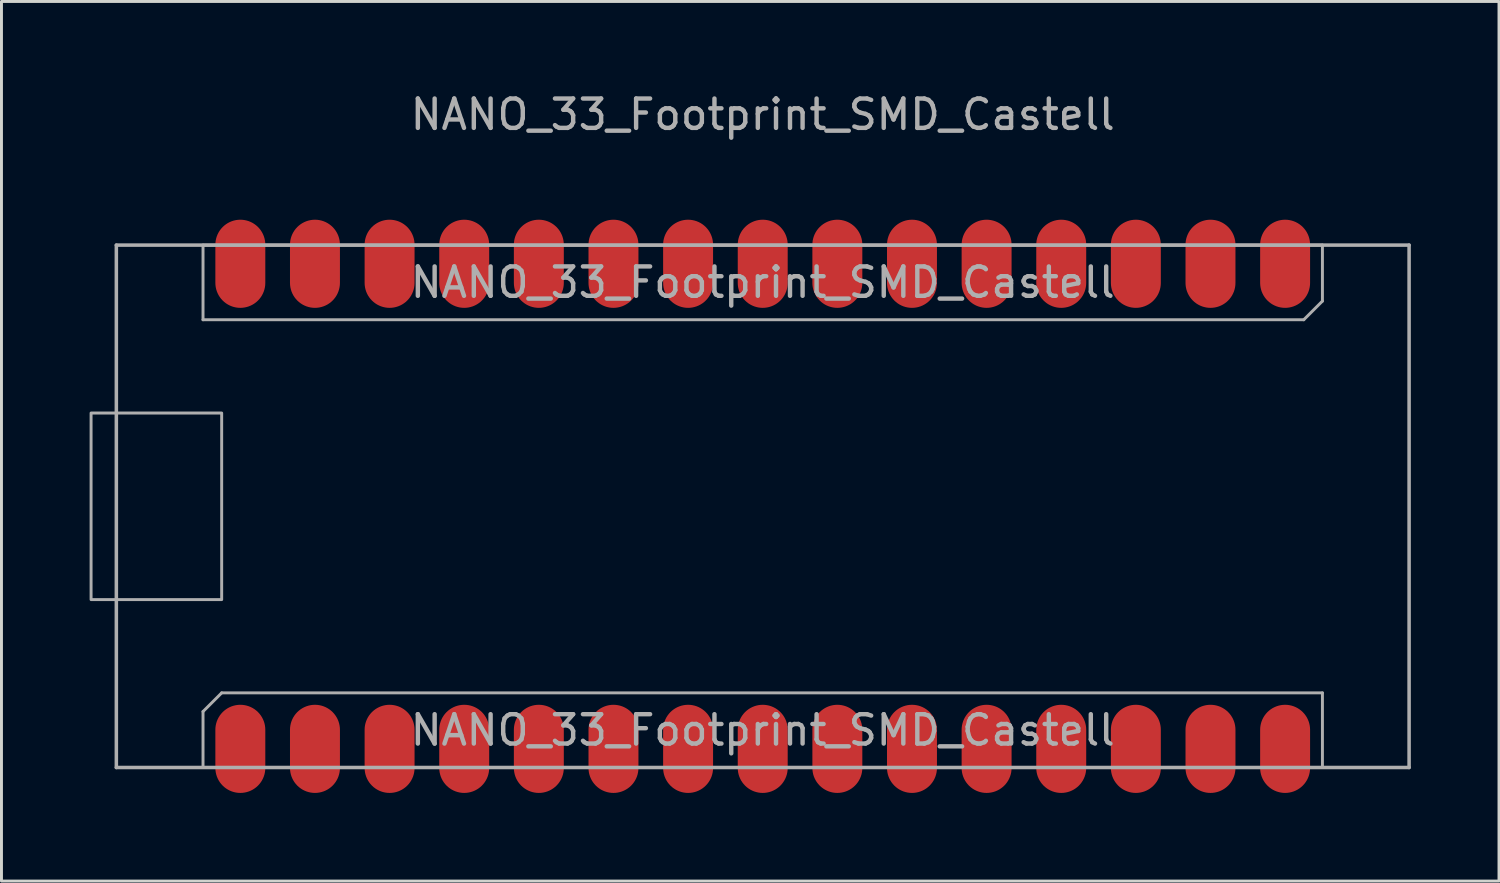
<source format=kicad_pcb>
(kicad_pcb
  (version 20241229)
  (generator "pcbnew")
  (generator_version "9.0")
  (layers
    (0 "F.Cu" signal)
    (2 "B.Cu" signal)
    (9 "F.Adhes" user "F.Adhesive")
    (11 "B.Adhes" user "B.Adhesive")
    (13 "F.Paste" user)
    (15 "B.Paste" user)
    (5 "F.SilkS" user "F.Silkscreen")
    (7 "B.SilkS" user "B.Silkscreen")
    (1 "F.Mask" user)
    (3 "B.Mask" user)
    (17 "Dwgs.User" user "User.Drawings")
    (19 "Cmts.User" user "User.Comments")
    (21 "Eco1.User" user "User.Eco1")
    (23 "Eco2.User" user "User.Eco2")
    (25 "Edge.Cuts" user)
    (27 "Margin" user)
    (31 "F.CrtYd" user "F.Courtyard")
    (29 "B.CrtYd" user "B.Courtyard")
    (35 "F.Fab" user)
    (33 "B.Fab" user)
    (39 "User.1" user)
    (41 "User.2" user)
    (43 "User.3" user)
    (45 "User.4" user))
  (footprint "NANO_33_Footprint_SMD_Castell"
    (layer "F.Cu")
    (at 22.91 14.183)
    (property "Reference" "NANO_33_Footprint_SMD_Castell" (at 0 -13.335 0) (layer "F.Fab") (effects (font (size 1 1) (thickness 0.15))))
    (attr through_hole)
    (fp_line (start -22 -8.89) (end 22 -8.89) (stroke (width 0.12) (type solid)) (layer "F.Fab"))
    (fp_line (start -22 8.89) (end -22 -8.89) (stroke (width 0.12) (type solid)) (layer "F.Fab"))
    (fp_line (start -22 8.89) (end 22 8.89) (stroke (width 0.12) (type solid)) (layer "F.Fab"))
    (fp_line (start -19.05 -8.89) (end 19.05 -8.89) (stroke (width 0.1) (type solid)) (layer "F.Fab"))
    (fp_line (start -19.05 -6.35) (end -19.05 -8.89) (stroke (width 0.1) (type solid)) (layer "F.Fab"))
    (fp_line (start -19.05 6.985) (end -18.415 6.35) (stroke (width 0.1) (type solid)) (layer "F.Fab"))
    (fp_line (start -19.05 8.89) (end -19.05 6.985) (stroke (width 0.1) (type solid)) (layer "F.Fab"))
    (fp_line (start -18.415 6.35) (end 19.05 6.35) (stroke (width 0.1) (type solid)) (layer "F.Fab"))
    (fp_line (start 18.415 -6.35) (end -19.05 -6.35) (stroke (width 0.1) (type solid)) (layer "F.Fab"))
    (fp_line (start 19.05 -8.89) (end 19.05 -6.985) (stroke (width 0.1) (type solid)) (layer "F.Fab"))
    (fp_line (start 19.05 -6.985) (end 18.415 -6.35) (stroke (width 0.1) (type solid)) (layer "F.Fab"))
    (fp_line (start 19.05 6.35) (end 19.05 8.89) (stroke (width 0.1) (type solid)) (layer "F.Fab"))
    (fp_line (start 19.05 8.89) (end -19.05 8.89) (stroke (width 0.1) (type solid)) (layer "F.Fab"))
    (fp_line (start 22 8.89) (end 22 -8.89) (stroke (width 0.12) (type solid)) (layer "F.Fab"))
    (fp_poly (pts (xy -22.86 3.175) (xy -18.415 3.175) (xy -18.415 -3.175) (xy -22.86 -3.175)) (stroke (width 0.1) (type solid)) (fill no) (layer "F.Fab"))
    (fp_text user "${REFERENCE}" (at 0 -7.62 0) (layer "F.Fab") (effects (font (size 1 1) (thickness 0.15))))
    (fp_text user "${REFERENCE}" (at 0 7.62 180) (layer "F.Fab") (effects (font (size 1 1) (thickness 0.15))))
    (pad "1" smd oval (at -17.78 8.255 90) (size 3 1.7) (layers "F.Cu" "F.Mask"))
    (pad "2" smd oval (at -15.24 8.255 90) (size 3 1.7) (layers "F.Cu" "F.Mask"))
    (pad "3" smd oval (at -12.7 8.255 90) (size 3 1.7) (layers "F.Cu" "F.Mask"))
    (pad "4" smd oval (at -10.16 8.255 90) (size 3 1.7) (layers "F.Cu" "F.Mask"))
    (pad "5" smd oval (at -7.62 8.255 90) (size 3 1.7) (layers "F.Cu" "F.Mask"))
    (pad "6" smd oval (at -5.08 8.255 90) (size 3 1.7) (layers "F.Cu" "F.Mask"))
    (pad "7" smd oval (at -2.54 8.255 90) (size 3 1.7) (layers "F.Cu" "F.Mask"))
    (pad "8" smd oval (at 0 8.255 90) (size 3 1.7) (layers "F.Cu" "F.Mask"))
    (pad "9" smd oval (at 2.54 8.255 90) (size 3 1.7) (layers "F.Cu" "F.Mask"))
    (pad "10" smd oval (at 5.08 8.255 90) (size 3 1.7) (layers "F.Cu" "F.Mask"))
    (pad "11" smd oval (at 7.62 8.255 90) (size 3 1.7) (layers "F.Cu" "F.Mask"))
    (pad "12" smd oval (at 10.16 8.255 90) (size 3 1.7) (layers "F.Cu" "F.Mask"))
    (pad "13" smd oval (at 12.7 8.255 90) (size 3 1.7) (layers "F.Cu" "F.Mask"))
    (pad "14" smd oval (at 15.24 8.255 90) (size 3 1.7) (layers "F.Cu" "F.Mask"))
    (pad "15" smd oval (at 17.78 8.255 90) (size 3 1.7) (layers "F.Cu" "F.Mask"))
    (pad "16" smd oval (at 17.78 -8.255 270) (size 3 1.7) (layers "F.Cu" "F.Mask"))
    (pad "17" smd oval (at 15.24 -8.255 270) (size 3 1.7) (layers "F.Cu" "F.Mask"))
    (pad "18" smd oval (at 12.7 -8.255 270) (size 3 1.7) (layers "F.Cu" "F.Mask"))
    (pad "19" smd oval (at 10.16 -8.255 270) (size 3 1.7) (layers "F.Cu" "F.Mask"))
    (pad "20" smd oval (at 7.62 -8.255 270) (size 3 1.7) (layers "F.Cu" "F.Mask"))
    (pad "21" smd oval (at 5.08 -8.255 270) (size 3 1.7) (layers "F.Cu" "F.Mask"))
    (pad "22" smd oval (at 2.54 -8.255 270) (size 3 1.7) (layers "F.Cu" "F.Mask"))
    (pad "23" smd oval (at 0 -8.255 270) (size 3 1.7) (layers "F.Cu" "F.Mask"))
    (pad "24" smd oval (at -2.54 -8.255 270) (size 3 1.7) (layers "F.Cu" "F.Mask"))
    (pad "25" smd oval (at -5.08 -8.255 270) (size 3 1.7) (layers "F.Cu" "F.Mask"))
    (pad "26" smd oval (at -7.62 -8.255 270) (size 3 1.7) (layers "F.Cu" "F.Mask"))
    (pad "27" smd oval (at -10.16 -8.255 270) (size 3 1.7) (layers "F.Cu" "F.Mask"))
    (pad "28" smd oval (at -12.7 -8.255 270) (size 3 1.7) (layers "F.Cu" "F.Mask"))
    (pad "29" smd oval (at -15.24 -8.255 270) (size 3 1.7) (layers "F.Cu" "F.Mask"))
    (pad "30" smd oval (at -17.78 -8.255 270) (size 3 1.7) (layers "F.Cu" "F.Mask")))
  (gr_rect
    (start -3 -3)
    (end 47.97 26.938)
    (stroke (width 0.1) (type default))
    (fill no)
    (layer "Edge.Cuts")))
</source>
